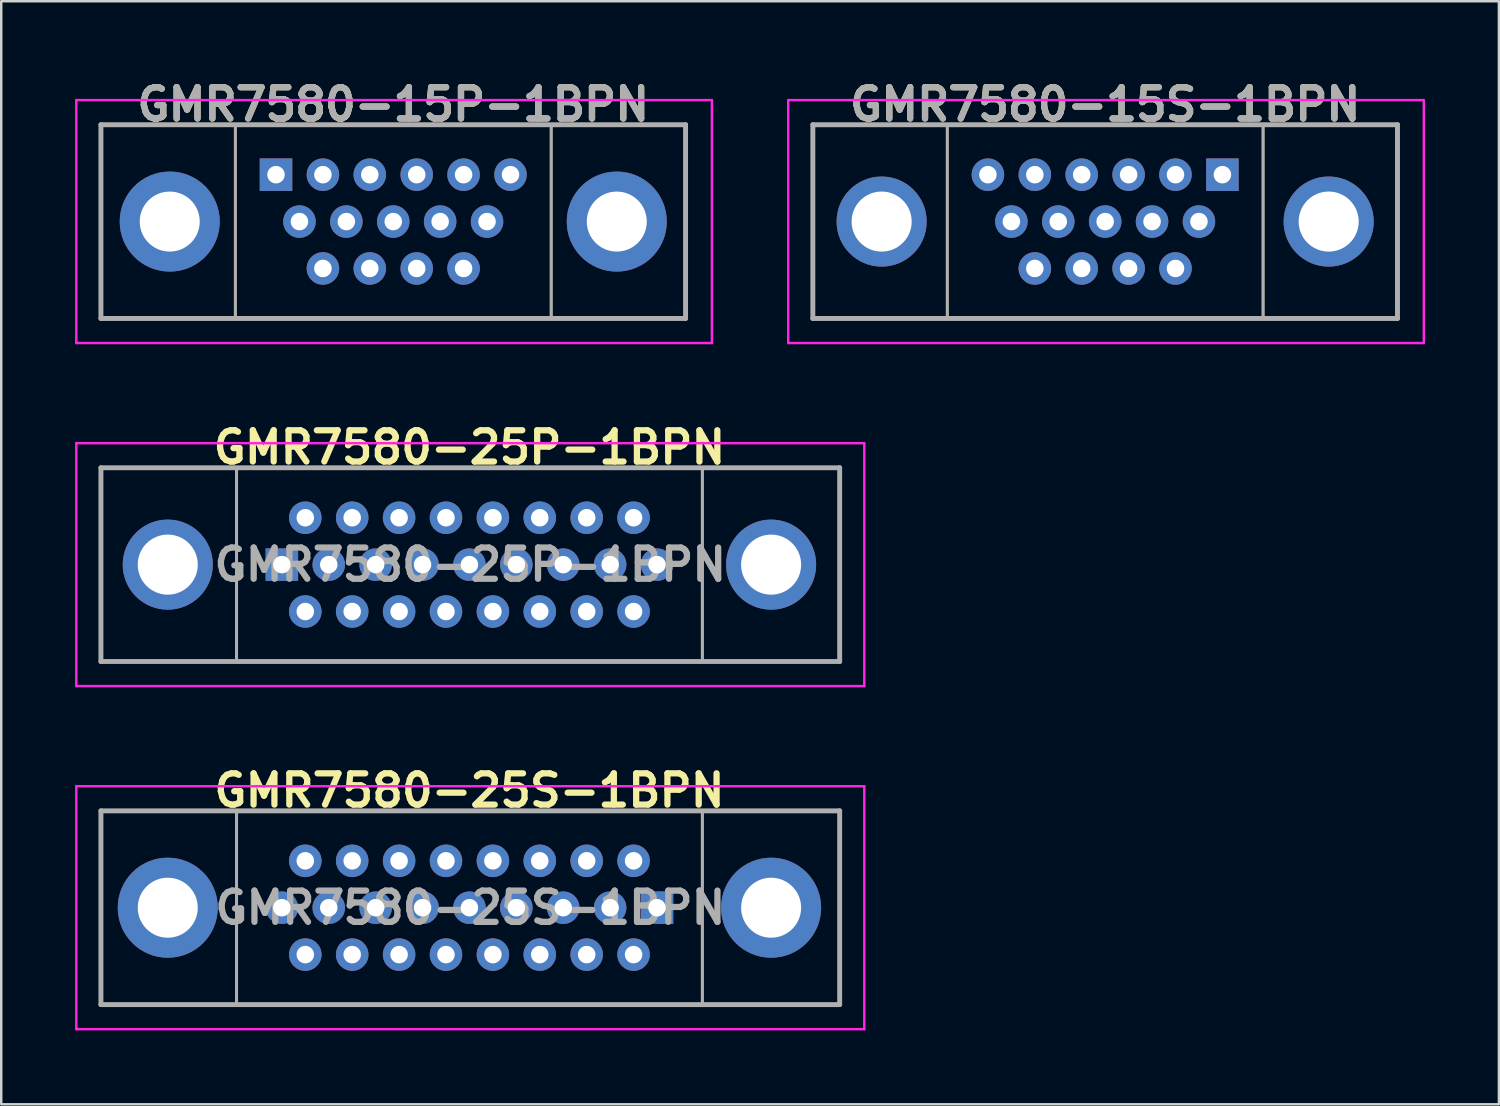
<source format=kicad_pcb>
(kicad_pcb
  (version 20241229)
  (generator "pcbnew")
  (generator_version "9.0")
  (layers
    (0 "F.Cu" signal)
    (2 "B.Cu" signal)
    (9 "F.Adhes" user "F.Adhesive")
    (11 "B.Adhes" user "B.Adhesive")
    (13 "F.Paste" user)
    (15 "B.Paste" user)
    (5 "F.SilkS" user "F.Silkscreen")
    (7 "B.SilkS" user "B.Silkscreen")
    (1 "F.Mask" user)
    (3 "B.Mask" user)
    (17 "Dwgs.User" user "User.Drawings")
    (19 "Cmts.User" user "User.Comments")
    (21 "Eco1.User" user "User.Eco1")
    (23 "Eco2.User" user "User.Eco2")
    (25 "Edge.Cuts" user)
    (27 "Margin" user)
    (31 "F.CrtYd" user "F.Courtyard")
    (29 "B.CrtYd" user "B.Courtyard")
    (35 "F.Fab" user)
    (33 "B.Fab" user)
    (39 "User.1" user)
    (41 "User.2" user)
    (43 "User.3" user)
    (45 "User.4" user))
  (footprint "GMR7580-15P-1BPN"
    (layer "F.Cu")
    (at 12.925 5.951)
    (property "Reference" "GMR7580-15P-1BPN" (at 0 -4.763 0) (layer "F.SilkS") (effects (font (size 1.27 1.27) (thickness 0.254))))
    (attr through_hole)
    (fp_line (start -11.875 -3.935) (end -11.875 3.935) (stroke (width 0.1) (type solid)) (layer "F.SilkS"))
    (fp_line (start -11.875 3.935) (end 11.875 3.935) (stroke (width 0.1) (type solid)) (layer "F.SilkS"))
    (fp_line (start -6.415 3.935) (end -6.415 -3.935) (stroke (width 0.1) (type solid)) (layer "F.SilkS"))
    (fp_line (start 6.415 3.935) (end 6.415 -3.935) (stroke (width 0.1) (type solid)) (layer "F.SilkS"))
    (fp_line (start 11.875 -3.935) (end -11.875 -3.935) (stroke (width 0.1) (type solid)) (layer "F.SilkS"))
    (fp_line (start 11.875 3.935) (end 11.875 -3.935) (stroke (width 0.1) (type solid)) (layer "F.SilkS"))
    (fp_line (start -12.875 -4.935) (end -12.875 4.935) (stroke (width 0.1) (type solid)) (layer "F.CrtYd"))
    (fp_line (start -12.875 4.935) (end 12.945 4.935) (stroke (width 0.1) (type solid)) (layer "F.CrtYd"))
    (fp_line (start 12.945 -4.935) (end -12.875 -4.935) (stroke (width 0.1) (type solid)) (layer "F.CrtYd"))
    (fp_line (start 12.945 4.935) (end 12.945 -4.935) (stroke (width 0.1) (type solid)) (layer "F.CrtYd"))
    (fp_line (start -11.875 -3.935) (end -11.875 3.935) (stroke (width 0.2) (type solid)) (layer "F.Fab"))
    (fp_line (start -11.875 3.935) (end 11.875 3.935) (stroke (width 0.2) (type solid)) (layer "F.Fab"))
    (fp_line (start -6.415 3.935) (end -6.415 -3.935) (stroke (width 0.12) (type solid)) (layer "F.Fab"))
    (fp_line (start 6.415 3.935) (end 6.415 -3.935) (stroke (width 0.12) (type solid)) (layer "F.Fab"))
    (fp_line (start 11.875 -3.935) (end -11.875 -3.935) (stroke (width 0.2) (type solid)) (layer "F.Fab"))
    (fp_line (start 11.875 3.935) (end 11.875 -3.935) (stroke (width 0.2) (type solid)) (layer "F.Fab"))
    (fp_text user "${REFERENCE}" (at 0 -4.763 0) (layer "F.Fab") (effects (font (size 1.27 1.27) (thickness 0.254))))
    (pad "0" thru_hole circle (at -9.08 0) (size 4.064 4.064) (drill 2.438) (layers "*.Cu" "*.Mask"))
    (pad "0" thru_hole circle (at 9.08 0) (size 4.064 4.064) (drill 2.438) (layers "*.Cu" "*.Mask"))
    (pad "1" thru_hole rect (at -4.763 -1.905) (size 1.321 1.321) (drill 0.711) (layers "*.Cu" "*.Mask"))
    (pad "2" thru_hole circle (at -2.857 -1.905) (size 1.321 1.321) (drill 0.711) (layers "*.Cu" "*.Mask"))
    (pad "3" thru_hole circle (at -1.905 0) (size 1.321 1.321) (drill 0.711) (layers "*.Cu" "*.Mask"))
    (pad "4" thru_hole circle (at -0.953 -1.905) (size 1.321 1.321) (drill 0.711) (layers "*.Cu" "*.Mask"))
    (pad "5" thru_hole circle (at 0.953 -1.905) (size 1.321 1.321) (drill 0.711) (layers "*.Cu" "*.Mask"))
    (pad "6" thru_hole circle (at 1.905 0) (size 1.321 1.321) (drill 0.711) (layers "*.Cu" "*.Mask"))
    (pad "7" thru_hole circle (at 2.857 -1.905) (size 1.321 1.321) (drill 0.711) (layers "*.Cu" "*.Mask"))
    (pad "8" thru_hole circle (at 4.763 -1.905) (size 1.321 1.321) (drill 0.711) (layers "*.Cu" "*.Mask"))
    (pad "9" thru_hole circle (at -3.81 0) (size 1.321 1.321) (drill 0.711) (layers "*.Cu" "*.Mask"))
    (pad "10" thru_hole circle (at -2.857 1.905) (size 1.321 1.321) (drill 0.711) (layers "*.Cu" "*.Mask"))
    (pad "11" thru_hole circle (at -0.953 1.905) (size 1.321 1.321) (drill 0.711) (layers "*.Cu" "*.Mask"))
    (pad "12" thru_hole circle (at 0 0) (size 1.321 1.321) (drill 0.711) (layers "*.Cu" "*.Mask"))
    (pad "13" thru_hole circle (at 0.953 1.905) (size 1.321 1.321) (drill 0.711) (layers "*.Cu" "*.Mask"))
    (pad "14" thru_hole circle (at 2.857 1.905) (size 1.321 1.321) (drill 0.711) (layers "*.Cu" "*.Mask"))
    (pad "15" thru_hole circle (at 3.81 0) (size 1.321 1.321) (drill 0.711) (layers "*.Cu" "*.Mask")))
  (footprint "GMR7580-25S-1BPN"
    (layer "F.Cu")
    (at 16.02 33.824)
    (property "Reference" "GMR7580-25S-1BPN" (at 0 -4.763 0) (layer "F.SilkS") (effects (font (size 1.27 1.27) (thickness 0.254))))
    (attr through_hole)
    (fp_line (start -14.97 -3.935) (end -14.97 3.935) (stroke (width 0.1) (type solid)) (layer "F.SilkS"))
    (fp_line (start -14.97 3.935) (end 15.04 3.935) (stroke (width 0.1) (type solid)) (layer "F.SilkS"))
    (fp_line (start -9.46 3.935) (end -9.46 -3.935) (stroke (width 0.1) (type solid)) (layer "F.SilkS"))
    (fp_line (start 9.46 -3.935) (end 9.46 3.935) (stroke (width 0.1) (type solid)) (layer "F.SilkS"))
    (fp_line (start 15.04 -3.935) (end -14.97 -3.935) (stroke (width 0.1) (type solid)) (layer "F.SilkS"))
    (fp_line (start 15.04 3.935) (end 15.04 -3.935) (stroke (width 0.1) (type solid)) (layer "F.SilkS"))
    (fp_line (start -15.97 -4.935) (end -15.97 4.935) (stroke (width 0.1) (type solid)) (layer "F.CrtYd"))
    (fp_line (start -15.97 4.935) (end 16.04 4.935) (stroke (width 0.1) (type solid)) (layer "F.CrtYd"))
    (fp_line (start 16.04 -4.935) (end -15.97 -4.935) (stroke (width 0.1) (type solid)) (layer "F.CrtYd"))
    (fp_line (start 16.04 4.935) (end 16.04 -4.935) (stroke (width 0.1) (type solid)) (layer "F.CrtYd"))
    (fp_line (start -14.97 -3.935) (end -14.97 3.935) (stroke (width 0.2) (type solid)) (layer "F.Fab"))
    (fp_line (start -14.97 3.935) (end 15.04 3.935) (stroke (width 0.2) (type solid)) (layer "F.Fab"))
    (fp_line (start -9.46 3.935) (end -9.46 -3.935) (stroke (width 0.12) (type solid)) (layer "F.Fab"))
    (fp_line (start 9.46 -3.935) (end 9.46 3.935) (stroke (width 0.12) (type solid)) (layer "F.Fab"))
    (fp_line (start 15.04 -3.935) (end -14.97 -3.935) (stroke (width 0.2) (type solid)) (layer "F.Fab"))
    (fp_line (start 15.04 3.935) (end 15.04 -3.935) (stroke (width 0.2) (type solid)) (layer "F.Fab"))
    (fp_text user "${REFERENCE}" (at 0.035 0 0) (layer "F.Fab") (effects (font (size 1.27 1.27) (thickness 0.254))))
    (pad "0" thru_hole circle (at -12.255 0) (size 4.064 4.064) (drill 2.438) (layers "*.Cu" "*.Mask"))
    (pad "0" thru_hole circle (at 12.255 0) (size 4.064 4.064) (drill 2.438) (layers "*.Cu" "*.Mask"))
    (pad "1" thru_hole rect (at 7.62 0) (size 1.321 1.321) (drill 0.711) (layers "*.Cu" "*.Mask"))
    (pad "2" thru_hole circle (at 6.668 -1.905) (size 1.321 1.321) (drill 0.711) (layers "*.Cu" "*.Mask"))
    (pad "3" thru_hole circle (at 4.763 -1.905) (size 1.321 1.321) (drill 0.711) (layers "*.Cu" "*.Mask"))
    (pad "4" thru_hole circle (at 3.81 0) (size 1.321 1.321) (drill 0.711) (layers "*.Cu" "*.Mask"))
    (pad "5" thru_hole circle (at 2.857 -1.905) (size 1.321 1.321) (drill 0.711) (layers "*.Cu" "*.Mask"))
    (pad "6" thru_hole circle (at 0.953 -1.905) (size 1.321 1.321) (drill 0.711) (layers "*.Cu" "*.Mask"))
    (pad "7" thru_hole circle (at 0 0) (size 1.321 1.321) (drill 0.711) (layers "*.Cu" "*.Mask"))
    (pad "8" thru_hole circle (at -0.953 -1.905) (size 1.321 1.321) (drill 0.711) (layers "*.Cu" "*.Mask"))
    (pad "9" thru_hole circle (at -2.857 -1.905) (size 1.321 1.321) (drill 0.711) (layers "*.Cu" "*.Mask"))
    (pad "10" thru_hole circle (at -3.81 0) (size 1.321 1.321) (drill 0.711) (layers "*.Cu" "*.Mask"))
    (pad "11" thru_hole circle (at -4.763 -1.905) (size 1.321 1.321) (drill 0.711) (layers "*.Cu" "*.Mask"))
    (pad "12" thru_hole circle (at -6.668 -1.905) (size 1.321 1.321) (drill 0.711) (layers "*.Cu" "*.Mask"))
    (pad "13" thru_hole circle (at -7.62 0) (size 1.321 1.321) (drill 0.711) (layers "*.Cu" "*.Mask"))
    (pad "14" thru_hole circle (at 6.668 1.905) (size 1.321 1.321) (drill 0.711) (layers "*.Cu" "*.Mask"))
    (pad "15" thru_hole circle (at 5.715 0) (size 1.321 1.321) (drill 0.711) (layers "*.Cu" "*.Mask"))
    (pad "16" thru_hole circle (at 4.763 1.905) (size 1.321 1.321) (drill 0.711) (layers "*.Cu" "*.Mask"))
    (pad "17" thru_hole circle (at 2.857 1.905) (size 1.321 1.321) (drill 0.711) (layers "*.Cu" "*.Mask"))
    (pad "18" thru_hole circle (at 1.905 0) (size 1.321 1.321) (drill 0.711) (layers "*.Cu" "*.Mask"))
    (pad "19" thru_hole circle (at 0.953 1.905) (size 1.321 1.321) (drill 0.711) (layers "*.Cu" "*.Mask"))
    (pad "20" thru_hole circle (at -0.953 1.905) (size 1.321 1.321) (drill 0.711) (layers "*.Cu" "*.Mask"))
    (pad "21" thru_hole circle (at -1.905 0) (size 1.321 1.321) (drill 0.711) (layers "*.Cu" "*.Mask"))
    (pad "22" thru_hole circle (at -2.857 1.905) (size 1.321 1.321) (drill 0.711) (layers "*.Cu" "*.Mask"))
    (pad "23" thru_hole circle (at -4.763 1.905) (size 1.321 1.321) (drill 0.711) (layers "*.Cu" "*.Mask"))
    (pad "24" thru_hole circle (at -5.715 0) (size 1.321 1.321) (drill 0.711) (layers "*.Cu" "*.Mask"))
    (pad "25" thru_hole circle (at -6.668 1.905) (size 1.321 1.321) (drill 0.711) (layers "*.Cu" "*.Mask")))
  (footprint "GMR7580-15S-1BPN"
    (layer "F.Cu")
    (at 41.845 5.951)
    (property "Reference" "GMR7580-15S-1BPN" (at 0 -4.763 0) (layer "F.SilkS") (effects (font (size 1.27 1.27) (thickness 0.254))))
    (attr through_hole)
    (fp_line (start -11.875 -3.935) (end -11.875 3.935) (stroke (width 0.1) (type solid)) (layer "F.SilkS"))
    (fp_line (start -11.875 3.935) (end 11.875 3.935) (stroke (width 0.1) (type solid)) (layer "F.SilkS"))
    (fp_line (start -6.415 3.935) (end -6.415 -3.935) (stroke (width 0.1) (type solid)) (layer "F.SilkS"))
    (fp_line (start 6.415 -3.935) (end 6.415 3.935) (stroke (width 0.1) (type solid)) (layer "F.SilkS"))
    (fp_line (start 11.875 -3.935) (end -11.875 -3.935) (stroke (width 0.1) (type solid)) (layer "F.SilkS"))
    (fp_line (start 11.875 3.935) (end 11.875 -3.935) (stroke (width 0.1) (type solid)) (layer "F.SilkS"))
    (fp_line (start -12.875 -4.935) (end -12.875 4.935) (stroke (width 0.1) (type solid)) (layer "F.CrtYd"))
    (fp_line (start -12.875 4.935) (end 12.945 4.935) (stroke (width 0.1) (type solid)) (layer "F.CrtYd"))
    (fp_line (start 12.945 -4.935) (end -12.875 -4.935) (stroke (width 0.1) (type solid)) (layer "F.CrtYd"))
    (fp_line (start 12.945 4.935) (end 12.945 -4.935) (stroke (width 0.1) (type solid)) (layer "F.CrtYd"))
    (fp_line (start -11.875 -3.935) (end -11.875 3.935) (stroke (width 0.2) (type solid)) (layer "F.Fab"))
    (fp_line (start -11.875 3.935) (end 11.875 3.935) (stroke (width 0.2) (type solid)) (layer "F.Fab"))
    (fp_line (start -6.415 3.935) (end -6.415 -3.935) (stroke (width 0.12) (type solid)) (layer "F.Fab"))
    (fp_line (start 6.415 -3.935) (end 6.415 3.935) (stroke (width 0.12) (type solid)) (layer "F.Fab"))
    (fp_line (start 11.875 -3.935) (end -11.875 -3.935) (stroke (width 0.2) (type solid)) (layer "F.Fab"))
    (fp_line (start 11.875 3.935) (end 11.875 -3.935) (stroke (width 0.2) (type solid)) (layer "F.Fab"))
    (fp_text user "${REFERENCE}" (at 0 -4.763 0) (layer "F.Fab") (effects (font (size 1.27 1.27) (thickness 0.254))))
    (pad "1" thru_hole rect (at 4.763 -1.905) (size 1.321 1.321) (drill 0.711) (layers "*.Cu" "*.Mask"))
    (pad "2" thru_hole circle (at 2.857 -1.905) (size 1.321 1.321) (drill 0.711) (layers "*.Cu" "*.Mask"))
    (pad "3" thru_hole circle (at 1.905 0) (size 1.321 1.321) (drill 0.711) (layers "*.Cu" "*.Mask"))
    (pad "4" thru_hole circle (at 0.953 -1.905) (size 1.321 1.321) (drill 0.711) (layers "*.Cu" "*.Mask"))
    (pad "5" thru_hole circle (at -0.953 -1.905) (size 1.321 1.321) (drill 0.711) (layers "*.Cu" "*.Mask"))
    (pad "6" thru_hole circle (at -1.905 0) (size 1.321 1.321) (drill 0.711) (layers "*.Cu" "*.Mask"))
    (pad "7" thru_hole circle (at -2.857 -1.905) (size 1.321 1.321) (drill 0.711) (layers "*.Cu" "*.Mask"))
    (pad "8" thru_hole circle (at -4.763 -1.905) (size 1.321 1.321) (drill 0.711) (layers "*.Cu" "*.Mask"))
    (pad "9" thru_hole circle (at 3.81 0) (size 1.321 1.321) (drill 0.711) (layers "*.Cu" "*.Mask"))
    (pad "10" thru_hole circle (at 2.857 1.905) (size 1.321 1.321) (drill 0.711) (layers "*.Cu" "*.Mask"))
    (pad "11" thru_hole circle (at 0.953 1.905) (size 1.321 1.321) (drill 0.711) (layers "*.Cu" "*.Mask"))
    (pad "12" thru_hole circle (at 0 0) (size 1.321 1.321) (drill 0.711) (layers "*.Cu" "*.Mask"))
    (pad "13" thru_hole circle (at -0.953 1.905) (size 1.321 1.321) (drill 0.711) (layers "*.Cu" "*.Mask"))
    (pad "14" thru_hole circle (at -2.857 1.905) (size 1.321 1.321) (drill 0.711) (layers "*.Cu" "*.Mask"))
    (pad "15" thru_hole circle (at -3.81 0) (size 1.321 1.321) (drill 0.711) (layers "*.Cu" "*.Mask"))
    (pad "MH" thru_hole circle (at -9.08 0) (size 3.66 3.66) (drill 2.44) (layers "*.Cu" "*.Mask"))
    (pad "MH" thru_hole circle (at 9.08 0) (size 3.66 3.66) (drill 2.44) (layers "*.Cu" "*.Mask")))
  (footprint "GMR7580-25P-1BPN"
    (layer "F.Cu")
    (at 16.02 19.887)
    (property "Reference" "GMR7580-25P-1BPN" (at 0 -4.763 0) (layer "F.SilkS") (effects (font (size 1.27 1.27) (thickness 0.254))))
    (attr through_hole)
    (fp_line (start -14.97 -3.935) (end -14.97 3.935) (stroke (width 0.1) (type solid)) (layer "F.SilkS"))
    (fp_line (start -14.97 3.935) (end 15.04 3.935) (stroke (width 0.1) (type solid)) (layer "F.SilkS"))
    (fp_line (start -9.46 3.935) (end -9.46 -3.935) (stroke (width 0.1) (type solid)) (layer "F.SilkS"))
    (fp_line (start 9.46 -3.935) (end 9.46 3.935) (stroke (width 0.1) (type solid)) (layer "F.SilkS"))
    (fp_line (start 15.04 -3.935) (end -14.97 -3.935) (stroke (width 0.1) (type solid)) (layer "F.SilkS"))
    (fp_line (start 15.04 3.935) (end 15.04 -3.935) (stroke (width 0.1) (type solid)) (layer "F.SilkS"))
    (fp_line (start -15.97 -4.935) (end -15.97 4.935) (stroke (width 0.1) (type solid)) (layer "F.CrtYd"))
    (fp_line (start -15.97 4.935) (end 16.04 4.935) (stroke (width 0.1) (type solid)) (layer "F.CrtYd"))
    (fp_line (start 16.04 -4.935) (end -15.97 -4.935) (stroke (width 0.1) (type solid)) (layer "F.CrtYd"))
    (fp_line (start 16.04 4.935) (end 16.04 -4.935) (stroke (width 0.1) (type solid)) (layer "F.CrtYd"))
    (fp_line (start -14.97 -3.935) (end -14.97 3.935) (stroke (width 0.2) (type solid)) (layer "F.Fab"))
    (fp_line (start -14.97 3.935) (end 15.04 3.935) (stroke (width 0.2) (type solid)) (layer "F.Fab"))
    (fp_line (start -9.46 3.935) (end -9.46 -3.935) (stroke (width 0.12) (type solid)) (layer "F.Fab"))
    (fp_line (start 9.46 -3.935) (end 9.46 3.935) (stroke (width 0.12) (type solid)) (layer "F.Fab"))
    (fp_line (start 15.04 -3.935) (end -14.97 -3.935) (stroke (width 0.2) (type solid)) (layer "F.Fab"))
    (fp_line (start 15.04 3.935) (end 15.04 -3.935) (stroke (width 0.2) (type solid)) (layer "F.Fab"))
    (fp_text user "${REFERENCE}" (at 0.035 0 0) (layer "F.Fab") (effects (font (size 1.27 1.27) (thickness 0.254))))
    (pad "1" thru_hole rect (at -7.62 0) (size 1.321 1.321) (drill 0.711) (layers "*.Cu" "*.Mask"))
    (pad "2" thru_hole circle (at -6.668 -1.905) (size 1.321 1.321) (drill 0.711) (layers "*.Cu" "*.Mask"))
    (pad "3" thru_hole circle (at -4.763 -1.905) (size 1.321 1.321) (drill 0.711) (layers "*.Cu" "*.Mask"))
    (pad "4" thru_hole circle (at -3.81 0) (size 1.321 1.321) (drill 0.711) (layers "*.Cu" "*.Mask"))
    (pad "5" thru_hole circle (at -2.857 -1.905) (size 1.321 1.321) (drill 0.711) (layers "*.Cu" "*.Mask"))
    (pad "6" thru_hole circle (at -0.953 -1.905) (size 1.321 1.321) (drill 0.711) (layers "*.Cu" "*.Mask"))
    (pad "7" thru_hole circle (at 0 0) (size 1.321 1.321) (drill 0.711) (layers "*.Cu" "*.Mask"))
    (pad "8" thru_hole circle (at 0.953 -1.905) (size 1.321 1.321) (drill 0.711) (layers "*.Cu" "*.Mask"))
    (pad "9" thru_hole circle (at 2.857 -1.905) (size 1.321 1.321) (drill 0.711) (layers "*.Cu" "*.Mask"))
    (pad "10" thru_hole circle (at 3.81 0) (size 1.321 1.321) (drill 0.711) (layers "*.Cu" "*.Mask"))
    (pad "11" thru_hole circle (at 4.763 -1.905) (size 1.321 1.321) (drill 0.711) (layers "*.Cu" "*.Mask"))
    (pad "12" thru_hole circle (at 6.668 -1.905) (size 1.321 1.321) (drill 0.711) (layers "*.Cu" "*.Mask"))
    (pad "13" thru_hole circle (at 7.62 0) (size 1.321 1.321) (drill 0.711) (layers "*.Cu" "*.Mask"))
    (pad "14" thru_hole circle (at -6.668 1.905) (size 1.321 1.321) (drill 0.711) (layers "*.Cu" "*.Mask"))
    (pad "15" thru_hole circle (at -5.715 0) (size 1.321 1.321) (drill 0.711) (layers "*.Cu" "*.Mask"))
    (pad "16" thru_hole circle (at -4.763 1.905) (size 1.321 1.321) (drill 0.711) (layers "*.Cu" "*.Mask"))
    (pad "17" thru_hole circle (at -2.857 1.905) (size 1.321 1.321) (drill 0.711) (layers "*.Cu" "*.Mask"))
    (pad "18" thru_hole circle (at -1.905 0) (size 1.321 1.321) (drill 0.711) (layers "*.Cu" "*.Mask"))
    (pad "19" thru_hole circle (at -0.953 1.905) (size 1.321 1.321) (drill 0.711) (layers "*.Cu" "*.Mask"))
    (pad "20" thru_hole circle (at 0.953 1.905) (size 1.321 1.321) (drill 0.711) (layers "*.Cu" "*.Mask"))
    (pad "21" thru_hole circle (at 1.905 0) (size 1.321 1.321) (drill 0.711) (layers "*.Cu" "*.Mask"))
    (pad "22" thru_hole circle (at 2.857 1.905) (size 1.321 1.321) (drill 0.711) (layers "*.Cu" "*.Mask"))
    (pad "23" thru_hole circle (at 4.763 1.905) (size 1.321 1.321) (drill 0.711) (layers "*.Cu" "*.Mask"))
    (pad "24" thru_hole circle (at 5.715 0) (size 1.321 1.321) (drill 0.711) (layers "*.Cu" "*.Mask"))
    (pad "25" thru_hole circle (at 6.668 1.905) (size 1.321 1.321) (drill 0.711) (layers "*.Cu" "*.Mask"))
    (pad "MH" thru_hole circle (at -12.255 0) (size 3.66 3.66) (drill 2.44) (layers "*.Cu" "*.Mask"))
    (pad "MH" thru_hole circle (at 12.255 0) (size 3.66 3.66) (drill 2.44) (layers "*.Cu" "*.Mask")))
  (gr_rect
    (start -3 -3)
    (end 57.84 41.809)
    (stroke (width 0.1) (type default))
    (fill no)
    (layer "Edge.Cuts")))
</source>
